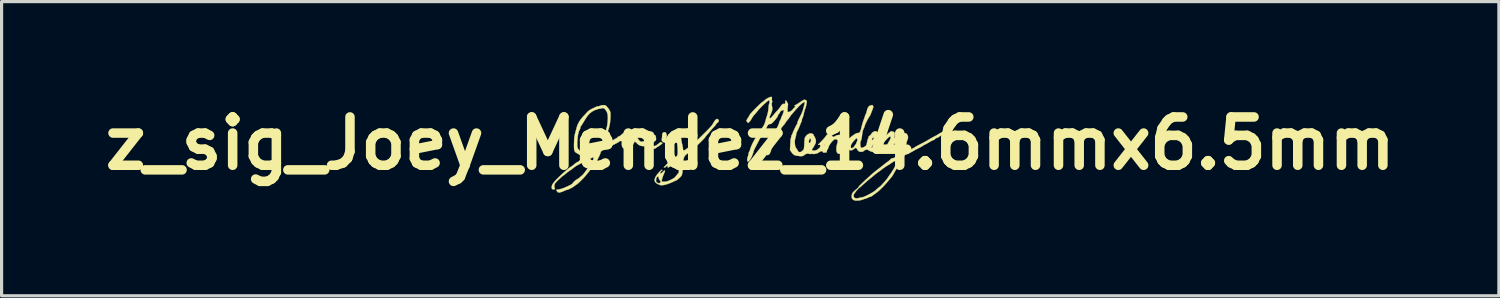
<source format=kicad_pcb>
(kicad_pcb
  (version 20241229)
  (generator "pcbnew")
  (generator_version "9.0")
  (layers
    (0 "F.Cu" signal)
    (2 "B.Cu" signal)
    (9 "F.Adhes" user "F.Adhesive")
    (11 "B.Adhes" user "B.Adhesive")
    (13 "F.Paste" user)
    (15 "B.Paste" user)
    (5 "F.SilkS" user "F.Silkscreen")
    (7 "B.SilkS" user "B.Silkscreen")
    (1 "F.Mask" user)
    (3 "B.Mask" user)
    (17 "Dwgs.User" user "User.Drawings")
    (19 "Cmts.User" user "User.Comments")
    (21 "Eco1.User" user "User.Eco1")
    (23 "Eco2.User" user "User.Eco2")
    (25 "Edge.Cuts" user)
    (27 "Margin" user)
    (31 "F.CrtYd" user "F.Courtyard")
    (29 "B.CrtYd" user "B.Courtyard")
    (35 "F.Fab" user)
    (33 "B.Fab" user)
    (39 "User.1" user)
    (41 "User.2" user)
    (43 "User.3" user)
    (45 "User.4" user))
  (footprint "z_sig_Joey_Mendez_14.6mmx6.5mm"
    (layer "F.Cu")
    (at 20.618 1.474)
    (property "Reference" "z_sig_Joey_Mendez_14.6mmx6.5mm" (at 0 0 180) (layer "F.SilkS") (effects (font (size 1.524 1.524) (thickness 0.3))))
    (attr through_hole)
    (fp_poly (pts (xy -1.006 -0.748) (xy -0.999 -0.731) (xy -0.994 -0.707) (xy -0.999 -0.688) (xy -1.02 -0.666) (xy -1.033 -0.655) (xy -1.06 -0.63) (xy -1.077 -0.61) (xy -1.08 -0.604) (xy -1.087 -0.588) (xy -1.107 -0.564) (xy -1.11 -0.56) (xy -1.158 -0.509) (xy -1.193 -0.471) (xy -1.218 -0.442) (xy -1.238 -0.417) (xy -1.249 -0.404) (xy -1.275 -0.372) (xy -1.31 -0.331) (xy -1.34 -0.298) (xy -1.374 -0.261) (xy -1.401 -0.226) (xy -1.417 -0.203) (xy -1.432 -0.182) (xy -1.463 -0.148) (xy -1.504 -0.105) (xy -1.552 -0.057) (xy -1.602 -0.008) (xy -1.65 0.037) (xy -1.693 0.076) (xy -1.725 0.102) (xy -1.727 0.104) (xy -1.758 0.129) (xy -1.799 0.164) (xy -1.842 0.203) (xy -1.848 0.209) (xy -1.89 0.248) (xy -1.932 0.283) (xy -1.965 0.309) (xy -1.968 0.312) (xy -2.012 0.342) (xy -2.041 0.366) (xy -2.061 0.391) (xy -2.079 0.422) (xy -2.084 0.431) (xy -2.095 0.456) (xy -2.104 0.485) (xy -2.111 0.522) (xy -2.116 0.572) (xy -2.12 0.641) (xy -2.122 0.678) (xy -2.128 0.786) (xy -2.136 0.871) (xy -2.144 0.936) (xy -2.154 0.982) (xy -2.166 1.014) (xy -2.172 1.024) (xy -2.201 1.056) (xy -2.237 1.091) (xy -2.275 1.125) (xy -2.308 1.15) (xy -2.33 1.163) (xy -2.353 1.172) (xy -2.391 1.189) (xy -2.439 1.211) (xy -2.459 1.221) (xy -2.548 1.259) (xy -2.634 1.289) (xy -2.713 1.31) (xy -2.781 1.319) (xy -2.833 1.316) (xy -2.845 1.313) (xy -2.903 1.288) (xy -2.955 1.259) (xy -2.992 1.229) (xy -2.998 1.222) (xy -3.016 1.179) (xy -3.015 1.155) (xy -2.972 1.155) (xy -2.97 1.195) (xy -2.962 1.218) (xy -2.945 1.233) (xy -2.937 1.237) (xy -2.893 1.255) (xy -2.859 1.251) (xy -2.839 1.237) (xy -2.823 1.217) (xy -2.824 1.199) (xy -2.843 1.176) (xy -2.85 1.169) (xy -2.877 1.128) (xy -2.885 1.095) (xy -2.894 1.059) (xy -2.91 1.045) (xy -2.929 1.048) (xy -2.948 1.067) (xy -2.963 1.099) (xy -2.971 1.141) (xy -2.972 1.155) (xy -3.015 1.155) (xy -3.014 1.126) (xy -2.992 1.065) (xy -2.951 0.999) (xy -2.919 0.959) (xy -2.872 0.906) (xy -2.839 0.87) (xy -2.817 0.848) (xy -2.803 0.836) (xy -2.794 0.833) (xy -2.786 0.836) (xy -2.781 0.839) (xy -2.77 0.849) (xy -2.782 0.856) (xy -2.788 0.858) (xy -2.807 0.872) (xy -2.826 0.896) (xy -2.84 0.924) (xy -2.843 0.944) (xy -2.841 0.948) (xy -2.824 0.948) (xy -2.797 0.933) (xy -2.765 0.907) (xy -2.744 0.886) (xy -2.715 0.859) (xy -2.696 0.854) (xy -2.69 0.868) (xy -2.698 0.9) (xy -2.71 0.925) (xy -2.73 0.971) (xy -2.752 1.026) (xy -2.771 1.083) (xy -2.786 1.134) (xy -2.793 1.172) (xy -2.794 1.18) (xy -2.792 1.195) (xy -2.782 1.204) (xy -2.76 1.208) (xy -2.72 1.209) (xy -2.681 1.208) (xy -2.641 1.201) (xy -2.588 1.184) (xy -2.529 1.16) (xy -2.471 1.131) (xy -2.419 1.102) (xy -2.381 1.074) (xy -2.366 1.059) (xy -2.344 1.03) (xy -2.314 0.993) (xy -2.299 0.975) (xy -2.254 0.923) (xy -2.25 0.754) (xy -2.249 0.684) (xy -2.249 0.636) (xy -2.251 0.605) (xy -2.256 0.587) (xy -2.263 0.578) (xy -2.267 0.576) (xy -2.292 0.579) (xy -2.311 0.594) (xy -2.34 0.614) (xy -2.378 0.627) (xy -2.378 0.627) (xy -2.416 0.642) (xy -2.453 0.669) (xy -2.458 0.674) (xy -2.487 0.699) (xy -2.523 0.725) (xy -2.56 0.747) (xy -2.588 0.76) (xy -2.597 0.762) (xy -2.602 0.751) (xy -2.603 0.731) (xy -2.607 0.708) (xy -2.622 0.706) (xy -2.626 0.708) (xy -2.651 0.725) (xy -2.665 0.739) (xy -2.69 0.758) (xy -2.709 0.762) (xy -2.724 0.76) (xy -2.725 0.753) (xy -2.709 0.735) (xy -2.695 0.721) (xy -2.661 0.686) (xy -2.622 0.645) (xy -2.604 0.625) (xy -2.576 0.596) (xy -2.555 0.577) (xy -2.546 0.572) (xy -2.534 0.564) (xy -2.507 0.543) (xy -2.47 0.514) (xy -2.455 0.501) (xy -2.413 0.467) (xy -2.374 0.438) (xy -2.346 0.421) (xy -2.341 0.418) (xy -2.314 0.398) (xy -2.298 0.374) (xy -2.292 0.341) (xy -2.288 0.289) (xy -2.288 0.222) (xy -2.291 0.147) (xy -2.296 0.069) (xy -2.297 0.064) (xy -2.302 0.019) (xy -2.309 -0.007) (xy -2.319 -0.019) (xy -2.335 -0.023) (xy -2.368 -0.017) (xy -2.393 -0.001) (xy -2.423 0.017) (xy -2.469 0.032) (xy -2.521 0.042) (xy -2.568 0.046) (xy -2.597 0.043) (xy -2.623 0.029) (xy -2.655 0.006) (xy -2.664 -0.002) (xy -2.696 -0.024) (xy -2.723 -0.037) (xy -2.73 -0.038) (xy -2.755 -0.048) (xy -2.778 -0.071) (xy -2.793 -0.1) (xy -2.795 -0.124) (xy -2.793 -0.128) (xy -2.787 -0.15) (xy -2.783 -0.188) (xy -2.781 -0.223) (xy -2.777 -0.281) (xy -2.765 -0.321) (xy -2.762 -0.327) (xy -2.733 -0.35) (xy -2.696 -0.355) (xy -2.672 -0.346) (xy -2.655 -0.322) (xy -2.641 -0.283) (xy -2.635 -0.238) (xy -2.636 -0.205) (xy -2.638 -0.163) (xy -2.631 -0.125) (xy -2.63 -0.124) (xy -2.618 -0.101) (xy -2.598 -0.091) (xy -2.565 -0.089) (xy -2.513 -0.097) (xy -2.46 -0.119) (xy -2.412 -0.15) (xy -2.374 -0.186) (xy -2.352 -0.224) (xy -2.349 -0.242) (xy -2.34 -0.29) (xy -2.312 -0.32) (xy -2.271 -0.333) (xy -2.237 -0.334) (xy -2.214 -0.332) (xy -2.211 -0.331) (xy -2.196 -0.309) (xy -2.185 -0.272) (xy -2.179 -0.23) (xy -2.18 -0.198) (xy -2.182 -0.172) (xy -2.18 -0.138) (xy -2.173 -0.091) (xy -2.161 -0.028) (xy -2.143 0.055) (xy -2.133 0.099) (xy -2.125 0.141) (xy -2.121 0.178) (xy -2.121 0.185) (xy -2.114 0.215) (xy -2.094 0.223) (xy -2.061 0.21) (xy -2.027 0.186) (xy -1.994 0.161) (xy -1.969 0.144) (xy -1.959 0.14) (xy -1.945 0.13) (xy -1.924 0.107) (xy -1.919 0.101) (xy -1.891 0.071) (xy -1.859 0.049) (xy -1.856 0.048) (xy -1.825 0.028) (xy -1.776 -0.01) (xy -1.712 -0.065) (xy -1.633 -0.138) (xy -1.54 -0.228) (xy -1.433 -0.334) (xy -1.413 -0.353) (xy -1.34 -0.427) (xy -1.283 -0.487) (xy -1.24 -0.535) (xy -1.207 -0.575) (xy -1.182 -0.611) (xy -1.163 -0.644) (xy -1.162 -0.645) (xy -1.126 -0.707) (xy -1.09 -0.748) (xy -1.057 -0.77) (xy -1.029 -0.77) (xy -1.006 -0.748)) (stroke (width 0.01) (type solid)) (fill yes) (layer "F.SilkS"))
    (fp_poly (pts (xy -4.592 -1.205) (xy -4.563 -1.196) (xy -4.538 -1.176) (xy -4.511 -1.145) (xy -4.507 -1.14) (xy -4.486 -1.112) (xy -4.472 -1.094) (xy -4.47 -1.092) (xy -4.459 -1.078) (xy -4.443 -1.049) (xy -4.433 -1.031) (xy -4.421 -1.005) (xy -4.414 -0.979) (xy -4.41 -0.947) (xy -4.409 -0.904) (xy -4.41 -0.843) (xy -4.411 -0.828) (xy -4.415 -0.761) (xy -4.42 -0.698) (xy -4.425 -0.645) (xy -4.43 -0.616) (xy -4.445 -0.547) (xy -4.456 -0.498) (xy -4.465 -0.463) (xy -4.474 -0.437) (xy -4.483 -0.415) (xy -4.487 -0.407) (xy -4.502 -0.372) (xy -4.508 -0.344) (xy -4.509 -0.341) (xy -4.513 -0.317) (xy -4.525 -0.279) (xy -4.534 -0.254) (xy -4.549 -0.209) (xy -4.558 -0.168) (xy -4.559 -0.151) (xy -4.567 -0.112) (xy -4.585 -0.08) (xy -4.603 -0.043) (xy -4.61 -0.005) (xy -4.607 0.025) (xy -4.596 0.037) (xy -4.581 0.038) (xy -4.555 0.032) (xy -4.517 0.014) (xy -4.483 -0.006) (xy -4.437 -0.034) (xy -4.394 -0.061) (xy -4.369 -0.076) (xy -4.328 -0.1) (xy -4.289 -0.125) (xy -4.286 -0.127) (xy -4.251 -0.148) (xy -4.22 -0.164) (xy -4.219 -0.165) (xy -4.194 -0.182) (xy -4.183 -0.197) (xy -4.166 -0.213) (xy -4.151 -0.216) (xy -4.129 -0.224) (xy -4.097 -0.245) (xy -4.073 -0.264) (xy -4.029 -0.302) (xy -3.981 -0.341) (xy -3.962 -0.356) (xy -3.927 -0.384) (xy -3.899 -0.41) (xy -3.889 -0.422) (xy -3.86 -0.442) (xy -3.823 -0.442) (xy -3.784 -0.422) (xy -3.765 -0.406) (xy -3.73 -0.378) (xy -3.702 -0.373) (xy -3.671 -0.371) (xy -3.656 -0.364) (xy -3.631 -0.338) (xy -3.606 -0.3) (xy -3.588 -0.262) (xy -3.581 -0.234) (xy -3.574 -0.207) (xy -3.554 -0.168) (xy -3.528 -0.126) (xy -3.499 -0.089) (xy -3.482 -0.072) (xy -3.456 -0.056) (xy -3.422 -0.054) (xy -3.407 -0.056) (xy -3.36 -0.065) (xy -3.332 -0.075) (xy -3.319 -0.091) (xy -3.317 -0.106) (xy -3.153 -0.106) (xy -3.144 -0.102) (xy -3.136 -0.102) (xy -3.111 -0.112) (xy -3.099 -0.126) (xy -3.088 -0.158) (xy -3.088 -0.187) (xy -3.098 -0.202) (xy -3.103 -0.203) (xy -3.118 -0.192) (xy -3.135 -0.165) (xy -3.14 -0.152) (xy -3.152 -0.121) (xy -3.153 -0.106) (xy -3.317 -0.106) (xy -3.315 -0.12) (xy -3.314 -0.156) (xy -3.306 -0.236) (xy -3.284 -0.299) (xy -3.249 -0.345) (xy -3.225 -0.36) (xy -3.183 -0.377) (xy -3.147 -0.379) (xy -3.104 -0.366) (xy -3.096 -0.362) (xy -3.061 -0.341) (xy -3.045 -0.311) (xy -3.044 -0.305) (xy -3.034 -0.278) (xy -3.022 -0.267) (xy -3.021 -0.267) (xy -2.998 -0.255) (xy -2.981 -0.222) (xy -2.973 -0.173) (xy -2.972 -0.156) (xy -2.974 -0.116) (xy -2.98 -0.094) (xy -2.994 -0.084) (xy -2.997 -0.083) (xy -3.018 -0.072) (xy -3.023 -0.064) (xy -3.033 -0.053) (xy -3.059 -0.039) (xy -3.064 -0.037) (xy -3.106 -0.014) (xy -3.124 0.012) (xy -3.116 0.042) (xy -3.099 0.064) (xy -3.064 0.084) (xy -3.02 0.084) (xy -2.967 0.062) (xy -2.903 0.018) (xy -2.865 -0.014) (xy -2.839 -0.034) (xy -2.822 -0.043) (xy -2.819 -0.041) (xy -2.809 -0.028) (xy -2.791 -0.021) (xy -2.763 -0.014) (xy -2.794 0.015) (xy -2.825 0.042) (xy -2.86 0.068) (xy -2.893 0.089) (xy -2.915 0.101) (xy -2.919 0.102) (xy -2.934 0.11) (xy -2.956 0.131) (xy -2.959 0.133) (xy -2.98 0.151) (xy -3.003 0.161) (xy -3.039 0.165) (xy -3.069 0.165) (xy -3.115 0.164) (xy -3.145 0.158) (xy -3.168 0.145) (xy -3.194 0.12) (xy -3.194 0.12) (xy -3.218 0.096) (xy -3.239 0.083) (xy -3.263 0.079) (xy -3.302 0.082) (xy -3.317 0.084) (xy -3.399 0.086) (xy -3.466 0.072) (xy -3.525 0.041) (xy -3.573 -0.001) (xy -3.605 -0.032) (xy -3.631 -0.051) (xy -3.645 -0.057) (xy -3.646 -0.057) (xy -3.657 -0.042) (xy -3.673 -0.011) (xy -3.685 0.014) (xy -3.717 0.069) (xy -3.764 0.123) (xy -3.776 0.134) (xy -3.811 0.165) (xy -3.836 0.181) (xy -3.861 0.188) (xy -3.894 0.187) (xy -3.91 0.186) (xy -3.955 0.18) (xy -3.984 0.168) (xy -4.008 0.147) (xy -4.016 0.138) (xy -4.036 0.112) (xy -4.046 0.085) (xy -4.051 0.049) (xy -4.051 0.01) (xy -4.051 -0.004) (xy -3.909 -0.004) (xy -3.906 0.022) (xy -3.905 0.026) (xy -3.887 0.036) (xy -3.858 0.037) (xy -3.832 0.03) (xy -3.829 0.028) (xy -3.815 0.013) (xy -3.794 -0.016) (xy -3.783 -0.032) (xy -3.762 -0.074) (xy -3.748 -0.124) (xy -3.74 -0.177) (xy -3.738 -0.227) (xy -3.743 -0.269) (xy -3.756 -0.296) (xy -3.772 -0.305) (xy -3.797 -0.295) (xy -3.829 -0.272) (xy -3.86 -0.241) (xy -3.883 -0.208) (xy -3.884 -0.208) (xy -3.891 -0.183) (xy -3.898 -0.143) (xy -3.904 -0.095) (xy -3.908 -0.046) (xy -3.909 -0.004) (xy -4.051 -0.004) (xy -4.051 -0.076) (xy -4.089 -0.076) (xy -4.116 -0.073) (xy -4.127 -0.064) (xy -4.128 -0.064) (xy -4.138 -0.054) (xy -4.168 -0.035) (xy -4.211 -0.011) (xy -4.265 0.017) (xy -4.274 0.022) (xy -4.335 0.053) (xy -4.393 0.082) (xy -4.442 0.107) (xy -4.474 0.123) (xy -4.519 0.143) (xy -4.566 0.158) (xy -4.578 0.16) (xy -4.615 0.175) (xy -4.655 0.201) (xy -4.691 0.234) (xy -4.716 0.268) (xy -4.724 0.294) (xy -4.73 0.318) (xy -4.746 0.358) (xy -4.769 0.41) (xy -4.797 0.466) (xy -4.826 0.522) (xy -4.854 0.573) (xy -4.878 0.611) (xy -4.892 0.629) (xy -4.922 0.665) (xy -4.954 0.707) (xy -4.962 0.72) (xy -4.986 0.753) (xy -5.02 0.799) (xy -5.059 0.849) (xy -5.077 0.872) (xy -5.117 0.921) (xy -5.155 0.969) (xy -5.187 1.009) (xy -5.198 1.022) (xy -5.224 1.052) (xy -5.26 1.091) (xy -5.302 1.135) (xy -5.347 1.18) (xy -5.391 1.222) (xy -5.43 1.258) (xy -5.459 1.283) (xy -5.476 1.295) (xy -5.477 1.295) (xy -5.493 1.303) (xy -5.52 1.323) (xy -5.533 1.334) (xy -5.565 1.357) (xy -5.608 1.385) (xy -5.657 1.412) (xy -5.705 1.436) (xy -5.745 1.454) (xy -5.771 1.46) (xy -5.772 1.46) (xy -5.792 1.466) (xy -5.828 1.479) (xy -5.873 1.499) (xy -5.887 1.505) (xy -5.957 1.533) (xy -6.011 1.547) (xy -6.053 1.545) (xy -6.068 1.541) (xy -6.085 1.526) (xy -6.102 1.5) (xy -6.12 1.465) (xy -6.025 1.449) (xy -5.957 1.433) (xy -5.878 1.405) (xy -5.784 1.364) (xy -5.772 1.359) (xy -5.714 1.331) (xy -5.666 1.306) (xy -5.631 1.287) (xy -5.614 1.275) (xy -5.613 1.274) (xy -5.604 1.255) (xy -5.58 1.227) (xy -5.547 1.194) (xy -5.511 1.164) (xy -5.478 1.141) (xy -5.469 1.136) (xy -5.429 1.113) (xy -5.387 1.081) (xy -5.368 1.064) (xy -5.339 1.038) (xy -5.318 1.02) (xy -5.311 1.016) (xy -5.299 1.007) (xy -5.276 0.983) (xy -5.248 0.949) (xy -5.218 0.912) (xy -5.192 0.876) (xy -5.185 0.866) (xy -5.155 0.826) (xy -5.121 0.784) (xy -5.112 0.775) (xy -5.084 0.74) (xy -5.053 0.693) (xy -5.025 0.644) (xy -5.002 0.6) (xy -4.982 0.565) (xy -4.97 0.544) (xy -4.969 0.542) (xy -4.955 0.516) (xy -4.947 0.483) (xy -4.944 0.454) (xy -4.947 0.444) (xy -4.963 0.441) (xy -4.997 0.454) (xy -5.048 0.484) (xy -5.075 0.502) (xy -5.108 0.521) (xy -5.136 0.533) (xy -5.142 0.534) (xy -5.165 0.539) (xy -5.199 0.554) (xy -5.215 0.562) (xy -5.248 0.58) (xy -5.297 0.606) (xy -5.353 0.635) (xy -5.394 0.657) (xy -5.448 0.685) (xy -5.494 0.712) (xy -5.528 0.733) (xy -5.543 0.744) (xy -5.563 0.763) (xy -5.593 0.786) (xy -5.635 0.817) (xy -5.693 0.858) (xy -5.728 0.881) (xy -5.772 0.913) (xy -5.812 0.945) (xy -5.839 0.969) (xy -5.841 0.971) (xy -5.864 0.992) (xy -5.88 1.003) (xy -5.881 1.003) (xy -5.898 1.012) (xy -5.933 1.04) (xy -5.982 1.084) (xy -6.047 1.145) (xy -6.072 1.168) (xy -6.116 1.212) (xy -6.146 1.245) (xy -6.163 1.271) (xy -6.173 1.296) (xy -6.179 1.325) (xy -6.182 1.373) (xy -6.175 1.399) (xy -6.174 1.4) (xy -6.16 1.425) (xy -6.171 1.443) (xy -6.194 1.452) (xy -6.232 1.45) (xy -6.257 1.427) (xy -6.265 1.385) (xy -6.265 1.385) (xy -6.26 1.345) (xy -6.244 1.302) (xy -6.215 1.255) (xy -6.171 1.199) (xy -6.11 1.134) (xy -6.031 1.056) (xy -6.028 1.053) (xy -5.932 0.963) (xy -5.845 0.885) (xy -5.768 0.82) (xy -5.704 0.769) (xy -5.654 0.735) (xy -5.639 0.727) (xy -5.612 0.709) (xy -5.577 0.681) (xy -5.545 0.654) (xy -5.511 0.624) (xy -5.483 0.604) (xy -5.468 0.597) (xy -5.445 0.588) (xy -5.413 0.567) (xy -5.38 0.539) (xy -5.355 0.51) (xy -5.35 0.501) (xy -5.332 0.479) (xy -5.303 0.47) (xy -5.286 0.47) (xy -5.247 0.463) (xy -5.208 0.442) (xy -5.188 0.426) (xy -5.137 0.382) (xy -5.247 0.381) (xy -5.311 0.379) (xy -5.354 0.373) (xy -5.375 0.365) (xy -5.396 0.35) (xy -5.43 0.33) (xy -5.454 0.317) (xy -5.492 0.295) (xy -5.52 0.272) (xy -5.54 0.244) (xy -5.552 0.207) (xy -5.559 0.157) (xy -5.56 0.09) (xy -5.56 0.038) (xy -5.459 0.038) (xy -5.456 0.096) (xy -5.447 0.14) (xy -5.43 0.175) (xy -5.403 0.208) (xy -5.379 0.231) (xy -5.345 0.26) (xy -5.313 0.277) (xy -5.277 0.285) (xy -5.233 0.284) (xy -5.173 0.274) (xy -5.124 0.264) (xy -5.082 0.25) (xy -5.045 0.233) (xy -5.034 0.225) (xy -5.009 0.21) (xy -4.967 0.192) (xy -4.918 0.173) (xy -4.909 0.171) (xy -4.825 0.141) (xy -4.763 0.114) (xy -4.721 0.086) (xy -4.697 0.058) (xy -4.695 0.054) (xy -4.68 0.017) (xy -4.66 -0.042) (xy -4.636 -0.12) (xy -4.609 -0.215) (xy -4.604 -0.235) (xy -4.589 -0.284) (xy -4.574 -0.329) (xy -4.565 -0.353) (xy -4.552 -0.388) (xy -4.547 -0.418) (xy -4.547 -0.419) (xy -4.543 -0.446) (xy -4.533 -0.484) (xy -4.528 -0.499) (xy -4.519 -0.535) (xy -4.509 -0.588) (xy -4.501 -0.651) (xy -4.497 -0.693) (xy -4.491 -0.799) (xy -4.495 -0.884) (xy -4.509 -0.955) (xy -4.534 -1.014) (xy -4.566 -1.06) (xy -4.595 -1.093) (xy -4.616 -1.11) (xy -4.636 -1.115) (xy -4.66 -1.113) (xy -4.789 -1.088) (xy -4.898 -1.053) (xy -4.99 -1.005) (xy -5.07 -0.942) (xy -5.141 -0.861) (xy -5.195 -0.781) (xy -5.228 -0.726) (xy -5.263 -0.668) (xy -5.293 -0.619) (xy -5.293 -0.619) (xy -5.317 -0.581) (xy -5.337 -0.552) (xy -5.348 -0.539) (xy -5.357 -0.522) (xy -5.359 -0.5) (xy -5.366 -0.466) (xy -5.379 -0.439) (xy -5.407 -0.381) (xy -5.429 -0.301) (xy -5.445 -0.199) (xy -5.455 -0.074) (xy -5.457 -0.039) (xy -5.459 0.038) (xy -5.56 0.038) (xy -5.559 0.002) (xy -5.559 -0.006) (xy -5.556 -0.093) (xy -5.552 -0.162) (xy -5.545 -0.219) (xy -5.536 -0.271) (xy -5.522 -0.325) (xy -5.521 -0.33) (xy -5.504 -0.393) (xy -5.487 -0.456) (xy -5.473 -0.509) (xy -5.469 -0.525) (xy -5.442 -0.597) (xy -5.401 -0.677) (xy -5.348 -0.756) (xy -5.291 -0.827) (xy -5.277 -0.843) (xy -5.234 -0.887) (xy -5.19 -0.935) (xy -5.161 -0.968) (xy -5.113 -1.017) (xy -5.059 -1.056) (xy -4.991 -1.093) (xy -4.978 -1.099) (xy -4.936 -1.119) (xy -4.891 -1.141) (xy -4.885 -1.144) (xy -4.847 -1.16) (xy -4.812 -1.168) (xy -4.805 -1.168) (xy -4.771 -1.174) (xy -4.737 -1.187) (xy -4.694 -1.202) (xy -4.641 -1.208) (xy -4.592 -1.205)) (stroke (width 0.01) (type solid)) (fill yes) (layer "F.SilkS"))
    (fp_poly (pts (xy 0.669 -1.468) (xy 0.682 -1.455) (xy 0.684 -1.428) (xy 0.682 -1.415) (xy 0.681 -1.375) (xy 0.688 -1.341) (xy 0.688 -1.339) (xy 0.696 -1.31) (xy 0.686 -1.289) (xy 0.678 -1.274) (xy 0.676 -1.25) (xy 0.68 -1.211) (xy 0.686 -1.171) (xy 0.694 -1.119) (xy 0.696 -1.082) (xy 0.692 -1.05) (xy 0.681 -1.012) (xy 0.673 -0.99) (xy 0.656 -0.944) (xy 0.639 -0.905) (xy 0.627 -0.883) (xy 0.616 -0.858) (xy 0.61 -0.828) (xy 0.61 -0.801) (xy 0.617 -0.788) (xy 0.619 -0.788) (xy 0.641 -0.799) (xy 0.676 -0.832) (xy 0.723 -0.885) (xy 0.743 -0.908) (xy 0.785 -0.958) (xy 0.833 -1.013) (xy 0.871 -1.054) (xy 0.907 -1.096) (xy 0.938 -1.136) (xy 0.958 -1.168) (xy 0.959 -1.168) (xy 0.994 -1.219) (xy 1.032 -1.246) (xy 1.07 -1.248) (xy 1.091 -1.246) (xy 1.101 -1.252) (xy 1.105 -1.275) (xy 1.105 -1.301) (xy 1.106 -1.336) (xy 1.11 -1.351) (xy 1.121 -1.351) (xy 1.13 -1.346) (xy 1.151 -1.328) (xy 1.156 -1.313) (xy 1.164 -1.289) (xy 1.176 -1.273) (xy 1.187 -1.256) (xy 1.191 -1.231) (xy 1.187 -1.19) (xy 1.186 -1.182) (xy 1.177 -1.108) (xy 1.175 -1.049) (xy 1.178 -1.008) (xy 1.188 -0.988) (xy 1.194 -0.987) (xy 1.253 -1.003) (xy 1.307 -1.035) (xy 1.34 -1.07) (xy 1.369 -1.106) (xy 1.401 -1.137) (xy 1.406 -1.141) (xy 1.427 -1.159) (xy 1.428 -1.167) (xy 1.419 -1.168) (xy 1.4 -1.175) (xy 1.399 -1.191) (xy 1.414 -1.206) (xy 1.427 -1.211) (xy 1.454 -1.224) (xy 1.49 -1.246) (xy 1.505 -1.257) (xy 1.536 -1.28) (xy 1.562 -1.293) (xy 1.57 -1.295) (xy 1.586 -1.303) (xy 1.587 -1.309) (xy 1.598 -1.322) (xy 1.625 -1.337) (xy 1.635 -1.342) (xy 1.667 -1.358) (xy 1.688 -1.372) (xy 1.691 -1.375) (xy 1.706 -1.379) (xy 1.733 -1.372) (xy 1.761 -1.36) (xy 1.78 -1.344) (xy 1.782 -1.34) (xy 1.783 -1.318) (xy 1.779 -1.278) (xy 1.77 -1.228) (xy 1.758 -1.176) (xy 1.745 -1.128) (xy 1.732 -1.091) (xy 1.73 -1.086) (xy 1.715 -1.047) (xy 1.701 -0.995) (xy 1.689 -0.94) (xy 1.689 -0.94) (xy 1.677 -0.887) (xy 1.663 -0.84) (xy 1.649 -0.808) (xy 1.649 -0.806) (xy 1.632 -0.768) (xy 1.626 -0.73) (xy 1.62 -0.693) (xy 1.607 -0.666) (xy 1.592 -0.641) (xy 1.588 -0.627) (xy 1.583 -0.61) (xy 1.569 -0.576) (xy 1.55 -0.53) (xy 1.527 -0.479) (xy 1.504 -0.429) (xy 1.482 -0.384) (xy 1.466 -0.354) (xy 1.452 -0.315) (xy 1.448 -0.283) (xy 1.444 -0.25) (xy 1.433 -0.205) (xy 1.424 -0.175) (xy 1.407 -0.105) (xy 1.404 -0.031) (xy 1.405 -0.024) (xy 1.41 0.037) (xy 1.417 0.08) (xy 1.428 0.114) (xy 1.446 0.147) (xy 1.467 0.178) (xy 1.491 0.214) (xy 1.507 0.242) (xy 1.511 0.254) (xy 1.522 0.267) (xy 1.548 0.274) (xy 1.579 0.274) (xy 1.599 0.268) (xy 1.626 0.249) (xy 1.657 0.224) (xy 1.659 0.222) (xy 1.675 0.205) (xy 1.686 0.187) (xy 1.693 0.162) (xy 1.698 0.123) (xy 1.703 0.066) (xy 1.703 0.053) (xy 1.708 -0.009) (xy 1.709 -0.036) (xy 1.847 -0.036) (xy 1.858 -0.015) (xy 1.876 -0.013) (xy 1.896 -0.033) (xy 1.903 -0.045) (xy 1.916 -0.09) (xy 1.914 -0.129) (xy 1.901 -0.151) (xy 1.883 -0.153) (xy 1.867 -0.131) (xy 1.852 -0.086) (xy 1.848 -0.072) (xy 1.847 -0.036) (xy 1.709 -0.036) (xy 1.711 -0.067) (xy 1.713 -0.114) (xy 1.714 -0.133) (xy 1.726 -0.184) (xy 1.757 -0.233) (xy 1.801 -0.276) (xy 1.852 -0.306) (xy 1.902 -0.317) (xy 1.904 -0.317) (xy 1.943 -0.311) (xy 1.975 -0.297) (xy 1.993 -0.279) (xy 1.994 -0.273) (xy 2 -0.258) (xy 2.016 -0.228) (xy 2.032 -0.201) (xy 2.06 -0.138) (xy 2.071 -0.074) (xy 2.064 -0.014) (xy 2.047 0.023) (xy 2.025 0.061) (xy 2.007 0.095) (xy 1.986 0.132) (xy 1.964 0.161) (xy 1.946 0.192) (xy 1.952 0.214) (xy 1.98 0.227) (xy 2.007 0.229) (xy 2.048 0.225) (xy 2.084 0.214) (xy 2.124 0.19) (xy 2.162 0.161) (xy 2.193 0.132) (xy 2.207 0.105) (xy 2.21 0.079) (xy 2.209 0.057) (xy 2.349 0.057) (xy 2.356 0.064) (xy 2.362 0.057) (xy 2.356 0.051) (xy 2.349 0.057) (xy 2.209 0.057) (xy 2.208 0.051) (xy 2.198 0.041) (xy 2.173 0.043) (xy 2.169 0.044) (xy 2.15 0.047) (xy 2.143 0.045) (xy 2.148 0.034) (xy 2.156 0.025) (xy 2.349 0.025) (xy 2.354 0.036) (xy 2.358 0.034) (xy 2.359 0.019) (xy 2.358 0.017) (xy 2.35 0.019) (xy 2.349 0.025) (xy 2.156 0.025) (xy 2.167 0.013) (xy 2.203 -0.023) (xy 2.213 -0.034) (xy 2.267 -0.09) (xy 2.316 -0.143) (xy 2.356 -0.19) (xy 2.385 -0.227) (xy 2.399 -0.25) (xy 2.4 -0.255) (xy 2.41 -0.266) (xy 2.417 -0.267) (xy 2.436 -0.276) (xy 2.455 -0.293) (xy 2.487 -0.315) (xy 2.52 -0.314) (xy 2.551 -0.29) (xy 2.571 -0.257) (xy 2.593 -0.22) (xy 2.617 -0.205) (xy 2.648 -0.211) (xy 2.69 -0.235) (xy 2.733 -0.257) (xy 2.781 -0.266) (xy 2.803 -0.267) (xy 2.861 -0.261) (xy 2.897 -0.242) (xy 2.914 -0.209) (xy 2.914 -0.162) (xy 2.903 -0.097) (xy 2.89 -0.039) (xy 2.875 0.004) (xy 2.863 0.025) (xy 2.851 0.05) (xy 2.841 0.085) (xy 2.837 0.121) (xy 2.838 0.149) (xy 2.843 0.158) (xy 2.858 0.157) (xy 2.88 0.14) (xy 2.911 0.105) (xy 2.913 0.101) (xy 3.171 0.101) (xy 3.176 0.133) (xy 3.189 0.151) (xy 3.196 0.152) (xy 3.219 0.146) (xy 3.245 0.132) (xy 3.268 0.114) (xy 3.277 0.1) (xy 3.285 0.083) (xy 3.304 0.058) (xy 3.308 0.054) (xy 3.329 0.028) (xy 3.34 0.008) (xy 3.34 0.006) (xy 3.345 -0.013) (xy 3.359 -0.044) (xy 3.365 -0.056) (xy 3.379 -0.098) (xy 3.379 -0.135) (xy 3.363 -0.158) (xy 3.356 -0.162) (xy 3.341 -0.155) (xy 3.316 -0.133) (xy 3.285 -0.1) (xy 3.251 -0.061) (xy 3.22 -0.021) (xy 3.196 0.015) (xy 3.189 0.025) (xy 3.176 0.063) (xy 3.171 0.101) (xy 2.913 0.101) (xy 2.931 0.078) (xy 2.955 0.048) (xy 2.976 0.026) (xy 2.981 0.022) (xy 2.996 0.005) (xy 2.997 -0.001) (xy 3.006 -0.021) (xy 3.028 -0.052) (xy 3.06 -0.09) (xy 3.096 -0.13) (xy 3.133 -0.167) (xy 3.161 -0.191) (xy 3.236 -0.249) (xy 3.296 -0.289) (xy 3.342 -0.315) (xy 3.376 -0.327) (xy 3.393 -0.328) (xy 3.422 -0.329) (xy 3.446 -0.343) (xy 3.466 -0.371) (xy 3.485 -0.416) (xy 3.504 -0.483) (xy 3.512 -0.519) (xy 3.53 -0.588) (xy 3.55 -0.658) (xy 3.57 -0.72) (xy 3.583 -0.754) (xy 3.601 -0.799) (xy 3.614 -0.838) (xy 3.619 -0.861) (xy 3.62 -0.862) (xy 3.626 -0.886) (xy 3.642 -0.918) (xy 3.645 -0.925) (xy 3.663 -0.965) (xy 3.676 -1.013) (xy 3.679 -1.026) (xy 3.692 -1.081) (xy 3.714 -1.13) (xy 3.742 -1.169) (xy 3.772 -1.191) (xy 3.785 -1.193) (xy 3.815 -1.199) (xy 3.832 -1.208) (xy 3.846 -1.212) (xy 3.864 -1.194) (xy 3.868 -1.189) (xy 3.875 -1.178) (xy 3.88 -1.168) (xy 3.882 -1.157) (xy 3.88 -1.14) (xy 3.872 -1.115) (xy 3.859 -1.078) (xy 3.839 -1.026) (xy 3.811 -0.955) (xy 3.792 -0.908) (xy 3.776 -0.876) (xy 3.751 -0.835) (xy 3.736 -0.812) (xy 3.715 -0.78) (xy 3.691 -0.734) (xy 3.665 -0.683) (xy 3.64 -0.631) (xy 3.621 -0.585) (xy 3.609 -0.551) (xy 3.606 -0.54) (xy 3.601 -0.522) (xy 3.587 -0.49) (xy 3.574 -0.464) (xy 3.55 -0.401) (xy 3.534 -0.32) (xy 3.53 -0.286) (xy 3.521 -0.21) (xy 3.511 -0.153) (xy 3.498 -0.107) (xy 3.481 -0.063) (xy 3.48 -0.061) (xy 3.47 -0.022) (xy 3.471 0.037) (xy 3.473 0.056) (xy 3.48 0.106) (xy 3.493 0.133) (xy 3.515 0.141) (xy 3.552 0.131) (xy 3.579 0.119) (xy 3.623 0.096) (xy 3.65 0.072) (xy 3.668 0.04) (xy 3.68 -0.008) (xy 3.684 -0.03) (xy 3.694 -0.079) (xy 3.706 -0.122) (xy 3.707 -0.125) (xy 3.835 -0.125) (xy 3.84 -0.105) (xy 3.854 -0.106) (xy 3.876 -0.123) (xy 3.891 -0.144) (xy 3.899 -0.169) (xy 3.897 -0.187) (xy 3.89 -0.191) (xy 3.87 -0.181) (xy 3.849 -0.158) (xy 3.836 -0.132) (xy 3.835 -0.125) (xy 3.707 -0.125) (xy 3.716 -0.149) (xy 3.717 -0.149) (xy 3.73 -0.181) (xy 3.734 -0.203) (xy 3.745 -0.229) (xy 3.766 -0.241) (xy 3.794 -0.261) (xy 3.809 -0.282) (xy 3.835 -0.323) (xy 3.875 -0.358) (xy 3.919 -0.38) (xy 3.933 -0.384) (xy 3.962 -0.384) (xy 3.986 -0.373) (xy 4.016 -0.346) (xy 4.021 -0.341) (xy 4.052 -0.304) (xy 4.068 -0.268) (xy 4.074 -0.232) (xy 4.08 -0.169) (xy 3.967 -0.052) (xy 3.905 0.014) (xy 3.862 0.065) (xy 3.836 0.103) (xy 3.827 0.129) (xy 3.834 0.144) (xy 3.856 0.152) (xy 3.874 0.152) (xy 3.9 0.147) (xy 3.93 0.129) (xy 3.969 0.095) (xy 3.98 0.083) (xy 4.015 0.046) (xy 4.042 0.014) (xy 4.056 -0.008) (xy 4.057 -0.01) (xy 4.069 -0.028) (xy 4.096 -0.06) (xy 4.134 -0.101) (xy 4.179 -0.148) (xy 4.228 -0.197) (xy 4.276 -0.244) (xy 4.32 -0.285) (xy 4.357 -0.317) (xy 4.382 -0.336) (xy 4.385 -0.338) (xy 4.409 -0.354) (xy 4.42 -0.368) (xy 4.42 -0.369) (xy 4.43 -0.379) (xy 4.456 -0.381) (xy 4.489 -0.376) (xy 4.52 -0.365) (xy 4.533 -0.357) (xy 4.549 -0.342) (xy 4.557 -0.326) (xy 4.559 -0.299) (xy 4.556 -0.256) (xy 4.555 -0.249) (xy 4.552 -0.204) (xy 4.552 -0.179) (xy 4.558 -0.168) (xy 4.571 -0.165) (xy 4.579 -0.165) (xy 4.609 -0.175) (xy 4.648 -0.201) (xy 4.666 -0.216) (xy 4.7 -0.244) (xy 4.73 -0.262) (xy 4.746 -0.267) (xy 4.774 -0.276) (xy 4.793 -0.291) (xy 4.827 -0.313) (xy 4.869 -0.324) (xy 4.908 -0.32) (xy 4.916 -0.317) (xy 4.945 -0.29) (xy 4.967 -0.247) (xy 4.978 -0.2) (xy 4.978 -0.191) (xy 4.973 -0.154) (xy 4.959 -0.111) (xy 4.953 -0.099) (xy 4.937 -0.059) (xy 4.928 -0.022) (xy 4.928 -0.013) (xy 4.923 0.017) (xy 4.914 0.033) (xy 4.905 0.053) (xy 4.894 0.088) (xy 4.89 0.109) (xy 4.88 0.16) (xy 4.867 0.212) (xy 4.863 0.226) (xy 4.856 0.26) (xy 4.854 0.284) (xy 4.856 0.288) (xy 4.869 0.285) (xy 4.9 0.273) (xy 4.943 0.253) (xy 4.994 0.229) (xy 5.048 0.202) (xy 5.1 0.175) (xy 5.145 0.151) (xy 5.179 0.131) (xy 5.194 0.121) (xy 5.212 0.109) (xy 5.247 0.089) (xy 5.297 0.062) (xy 5.357 0.03) (xy 5.402 0.007) (xy 5.47 -0.028) (xy 5.533 -0.062) (xy 5.588 -0.093) (xy 5.628 -0.116) (xy 5.643 -0.126) (xy 5.679 -0.148) (xy 5.729 -0.176) (xy 5.784 -0.206) (xy 5.804 -0.216) (xy 5.851 -0.24) (xy 5.89 -0.261) (xy 5.913 -0.275) (xy 5.918 -0.279) (xy 5.932 -0.289) (xy 5.962 -0.307) (xy 6.004 -0.33) (xy 6.026 -0.342) (xy 6.096 -0.379) (xy 6.15 -0.41) (xy 6.194 -0.44) (xy 6.234 -0.472) (xy 6.276 -0.511) (xy 6.302 -0.537) (xy 6.351 -0.583) (xy 6.389 -0.61) (xy 6.418 -0.62) (xy 6.442 -0.615) (xy 6.457 -0.602) (xy 6.474 -0.579) (xy 6.472 -0.559) (xy 6.448 -0.533) (xy 6.445 -0.53) (xy 6.416 -0.504) (xy 6.381 -0.47) (xy 6.366 -0.455) (xy 6.328 -0.422) (xy 6.287 -0.396) (xy 6.272 -0.388) (xy 6.241 -0.373) (xy 6.223 -0.361) (xy 6.221 -0.358) (xy 6.209 -0.349) (xy 6.178 -0.331) (xy 6.134 -0.307) (xy 6.08 -0.28) (xy 6.08 -0.28) (xy 6.027 -0.252) (xy 5.984 -0.229) (xy 5.955 -0.211) (xy 5.944 -0.202) (xy 5.944 -0.201) (xy 5.933 -0.192) (xy 5.905 -0.181) (xy 5.893 -0.178) (xy 5.858 -0.164) (xy 5.833 -0.145) (xy 5.83 -0.141) (xy 5.809 -0.12) (xy 5.782 -0.108) (xy 5.753 -0.097) (xy 5.712 -0.077) (xy 5.671 -0.053) (xy 5.62 -0.023) (xy 5.567 0.007) (xy 5.531 0.025) (xy 5.486 0.048) (xy 5.445 0.073) (xy 5.429 0.084) (xy 5.399 0.102) (xy 5.354 0.127) (xy 5.303 0.153) (xy 5.289 0.159) (xy 5.241 0.183) (xy 5.2 0.204) (xy 5.174 0.22) (xy 5.169 0.223) (xy 5.149 0.236) (xy 5.114 0.256) (xy 5.069 0.279) (xy 5.021 0.304) (xy 4.974 0.327) (xy 4.935 0.344) (xy 4.91 0.354) (xy 4.905 0.356) (xy 4.878 0.366) (xy 4.847 0.394) (xy 4.818 0.431) (xy 4.797 0.472) (xy 4.788 0.508) (xy 4.788 0.509) (xy 4.778 0.531) (xy 4.754 0.555) (xy 4.75 0.559) (xy 4.725 0.581) (xy 4.712 0.599) (xy 4.712 0.601) (xy 4.705 0.624) (xy 4.684 0.668) (xy 4.649 0.733) (xy 4.601 0.819) (xy 4.564 0.883) (xy 4.538 0.928) (xy 4.512 0.976) (xy 4.507 0.984) (xy 4.485 1.022) (xy 4.462 1.054) (xy 4.456 1.06) (xy 4.438 1.081) (xy 4.409 1.116) (xy 4.373 1.158) (xy 4.355 1.181) (xy 4.293 1.253) (xy 4.226 1.327) (xy 4.157 1.398) (xy 4.091 1.463) (xy 4.032 1.516) (xy 3.988 1.551) (xy 3.94 1.585) (xy 3.89 1.622) (xy 3.861 1.645) (xy 3.82 1.671) (xy 3.783 1.686) (xy 3.769 1.689) (xy 3.743 1.692) (xy 3.734 1.7) (xy 3.723 1.709) (xy 3.693 1.722) (xy 3.652 1.736) (xy 3.648 1.737) (xy 3.596 1.754) (xy 3.545 1.771) (xy 3.512 1.783) (xy 3.472 1.793) (xy 3.419 1.8) (xy 3.372 1.803) (xy 3.321 1.802) (xy 3.287 1.796) (xy 3.261 1.784) (xy 3.242 1.771) (xy 3.216 1.747) (xy 3.204 1.724) (xy 3.201 1.689) (xy 3.2 1.675) (xy 3.201 1.656) (xy 3.256 1.656) (xy 3.26 1.678) (xy 3.28 1.707) (xy 3.282 1.708) (xy 3.31 1.728) (xy 3.344 1.736) (xy 3.391 1.731) (xy 3.454 1.715) (xy 3.494 1.706) (xy 3.53 1.702) (xy 3.531 1.702) (xy 3.559 1.695) (xy 3.604 1.678) (xy 3.66 1.653) (xy 3.722 1.621) (xy 3.786 1.587) (xy 3.847 1.552) (xy 3.9 1.519) (xy 3.939 1.491) (xy 3.95 1.482) (xy 3.993 1.443) (xy 4.04 1.403) (xy 4.064 1.385) (xy 4.101 1.355) (xy 4.132 1.327) (xy 4.144 1.314) (xy 4.164 1.292) (xy 4.195 1.258) (xy 4.23 1.22) (xy 4.233 1.217) (xy 4.276 1.168) (xy 4.32 1.112) (xy 4.35 1.068) (xy 4.381 1.021) (xy 4.412 0.977) (xy 4.435 0.947) (xy 4.457 0.918) (xy 4.469 0.896) (xy 4.47 0.892) (xy 4.479 0.874) (xy 4.489 0.864) (xy 4.502 0.847) (xy 4.522 0.812) (xy 4.547 0.765) (xy 4.567 0.726) (xy 4.592 0.673) (xy 4.614 0.627) (xy 4.631 0.594) (xy 4.637 0.581) (xy 4.647 0.551) (xy 4.639 0.536) (xy 4.626 0.534) (xy 4.593 0.541) (xy 4.547 0.56) (xy 4.498 0.587) (xy 4.453 0.617) (xy 4.448 0.621) (xy 4.406 0.651) (xy 4.358 0.68) (xy 4.342 0.689) (xy 4.276 0.729) (xy 4.195 0.786) (xy 4.128 0.837) (xy 4.1 0.858) (xy 4.062 0.886) (xy 4.026 0.912) (xy 3.981 0.945) (xy 3.938 0.979) (xy 3.912 1.001) (xy 3.881 1.027) (xy 3.838 1.063) (xy 3.791 1.101) (xy 3.778 1.111) (xy 3.718 1.16) (xy 3.649 1.219) (xy 3.579 1.28) (xy 3.516 1.337) (xy 3.483 1.368) (xy 3.46 1.388) (xy 3.445 1.397) (xy 3.444 1.397) (xy 3.429 1.407) (xy 3.403 1.433) (xy 3.371 1.469) (xy 3.337 1.51) (xy 3.306 1.551) (xy 3.28 1.587) (xy 3.266 1.613) (xy 3.264 1.62) (xy 3.26 1.646) (xy 3.256 1.656) (xy 3.201 1.656) (xy 3.203 1.63) (xy 3.212 1.593) (xy 3.231 1.557) (xy 3.263 1.52) (xy 3.311 1.477) (xy 3.369 1.43) (xy 3.397 1.405) (xy 3.414 1.384) (xy 3.416 1.378) (xy 3.426 1.362) (xy 3.454 1.33) (xy 3.501 1.283) (xy 3.566 1.22) (xy 3.648 1.143) (xy 3.734 1.065) (xy 3.79 1.014) (xy 3.832 0.975) (xy 3.867 0.945) (xy 3.9 0.918) (xy 3.935 0.889) (xy 3.98 0.854) (xy 4.026 0.819) (xy 4.082 0.775) (xy 4.141 0.729) (xy 4.194 0.687) (xy 4.22 0.667) (xy 4.266 0.63) (xy 4.313 0.595) (xy 4.351 0.568) (xy 4.352 0.567) (xy 4.388 0.539) (xy 4.417 0.511) (xy 4.426 0.5) (xy 4.454 0.475) (xy 4.485 0.47) (xy 4.523 0.461) (xy 4.571 0.438) (xy 4.593 0.424) (xy 4.658 0.366) (xy 4.707 0.289) (xy 4.737 0.203) (xy 4.746 0.168) (xy 4.759 0.12) (xy 4.774 0.068) (xy 4.774 0.067) (xy 4.788 0.008) (xy 4.797 -0.051) (xy 4.8 -0.104) (xy 4.798 -0.146) (xy 4.789 -0.17) (xy 4.787 -0.172) (xy 4.768 -0.171) (xy 4.742 -0.156) (xy 4.739 -0.153) (xy 4.704 -0.127) (xy 4.673 -0.106) (xy 4.644 -0.082) (xy 4.614 -0.049) (xy 4.61 -0.043) (xy 4.588 -0.017) (xy 4.571 -0.002) (xy 4.568 -0.00035) (xy 4.552 0.009) (xy 4.527 0.033) (xy 4.499 0.064) (xy 4.475 0.095) (xy 4.461 0.119) (xy 4.445 0.146) (xy 4.42 0.184) (xy 4.402 0.209) (xy 4.375 0.245) (xy 4.354 0.275) (xy 4.346 0.288) (xy 4.326 0.302) (xy 4.289 0.312) (xy 4.275 0.314) (xy 4.24 0.317) (xy 4.222 0.314) (xy 4.217 0.302) (xy 4.216 0.293) (xy 4.222 0.26) (xy 4.234 0.231) (xy 4.247 0.204) (xy 4.267 0.161) (xy 4.29 0.111) (xy 4.3 0.089) (xy 4.326 0.033) (xy 4.354 -0.021) (xy 4.378 -0.064) (xy 4.385 -0.073) (xy 4.408 -0.115) (xy 4.425 -0.156) (xy 4.428 -0.172) (xy 4.431 -0.201) (xy 4.425 -0.213) (xy 4.405 -0.215) (xy 4.381 -0.206) (xy 4.347 -0.178) (xy 4.301 -0.131) (xy 4.288 -0.116) (xy 4.25 -0.073) (xy 4.218 -0.034) (xy 4.197 -0.005) (xy 4.191 0.007) (xy 4.175 0.034) (xy 4.144 0.072) (xy 4.104 0.117) (xy 4.06 0.162) (xy 4.015 0.202) (xy 3.996 0.218) (xy 3.956 0.247) (xy 3.922 0.262) (xy 3.886 0.267) (xy 3.878 0.267) (xy 3.807 0.255) (xy 3.742 0.224) (xy 3.72 0.207) (xy 3.688 0.196) (xy 3.648 0.199) (xy 3.606 0.217) (xy 3.571 0.246) (xy 3.569 0.247) (xy 3.542 0.261) (xy 3.495 0.267) (xy 3.493 0.267) (xy 3.439 0.257) (xy 3.397 0.227) (xy 3.367 0.175) (xy 3.365 0.171) (xy 3.346 0.145) (xy 3.318 0.143) (xy 3.281 0.165) (xy 3.266 0.178) (xy 3.221 0.208) (xy 3.176 0.218) (xy 3.136 0.21) (xy 3.107 0.182) (xy 3.105 0.178) (xy 3.092 0.146) (xy 3.086 0.122) (xy 3.086 0.121) (xy 3.077 0.104) (xy 3.069 0.102) (xy 3.047 0.112) (xy 3.022 0.135) (xy 3.003 0.163) (xy 2.997 0.181) (xy 2.987 0.218) (xy 2.96 0.258) (xy 2.924 0.292) (xy 2.904 0.306) (xy 2.846 0.327) (xy 2.794 0.327) (xy 2.752 0.308) (xy 2.745 0.301) (xy 2.727 0.266) (xy 2.718 0.214) (xy 2.717 0.151) (xy 2.725 0.083) (xy 2.741 0.017) (xy 2.744 0.007) (xy 2.76 -0.051) (xy 2.759 -0.092) (xy 2.741 -0.118) (xy 2.705 -0.133) (xy 2.704 -0.133) (xy 2.682 -0.136) (xy 2.662 -0.132) (xy 2.639 -0.116) (xy 2.606 -0.085) (xy 2.595 -0.074) (xy 2.558 -0.033) (xy 2.523 0.014) (xy 2.492 0.063) (xy 2.471 0.105) (xy 2.464 0.135) (xy 2.458 0.152) (xy 2.442 0.181) (xy 2.436 0.191) (xy 2.419 0.225) (xy 2.411 0.256) (xy 2.411 0.261) (xy 2.41 0.277) (xy 2.398 0.285) (xy 2.369 0.289) (xy 2.352 0.289) (xy 2.314 0.289) (xy 2.295 0.283) (xy 2.291 0.271) (xy 2.291 0.269) (xy 2.283 0.25) (xy 2.259 0.243) (xy 2.227 0.248) (xy 2.193 0.264) (xy 2.184 0.271) (xy 2.14 0.299) (xy 2.085 0.321) (xy 2.03 0.333) (xy 1.982 0.333) (xy 1.973 0.331) (xy 1.936 0.327) (xy 1.914 0.332) (xy 1.882 0.336) (xy 1.868 0.331) (xy 1.818 0.318) (xy 1.765 0.329) (xy 1.72 0.356) (xy 1.687 0.381) (xy 1.656 0.396) (xy 1.622 0.402) (xy 1.578 0.402) (xy 1.516 0.395) (xy 1.511 0.394) (xy 1.445 0.384) (xy 1.397 0.369) (xy 1.359 0.346) (xy 1.325 0.309) (xy 1.298 0.272) (xy 1.254 0.21) (xy 1.263 0.025) (xy 1.267 -0.041) (xy 1.272 -0.098) (xy 1.277 -0.142) (xy 1.282 -0.167) (xy 1.284 -0.171) (xy 1.292 -0.192) (xy 1.295 -0.218) (xy 1.299 -0.246) (xy 1.307 -0.26) (xy 1.318 -0.276) (xy 1.331 -0.306) (xy 1.334 -0.315) (xy 1.347 -0.349) (xy 1.367 -0.395) (xy 1.391 -0.447) (xy 1.416 -0.499) (xy 1.439 -0.546) (xy 1.459 -0.582) (xy 1.472 -0.602) (xy 1.474 -0.604) (xy 1.483 -0.621) (xy 1.486 -0.641) (xy 1.491 -0.668) (xy 1.506 -0.708) (xy 1.523 -0.745) (xy 1.564 -0.829) (xy 1.597 -0.895) (xy 1.621 -0.947) (xy 1.64 -0.99) (xy 1.654 -1.029) (xy 1.667 -1.068) (xy 1.679 -1.112) (xy 1.692 -1.166) (xy 1.696 -1.181) (xy 1.707 -1.225) (xy 1.717 -1.264) (xy 1.722 -1.28) (xy 1.724 -1.302) (xy 1.712 -1.308) (xy 1.682 -1.298) (xy 1.64 -1.268) (xy 1.585 -1.22) (xy 1.519 -1.155) (xy 1.444 -1.074) (xy 1.372 -0.992) (xy 1.341 -0.956) (xy 1.315 -0.926) (xy 1.301 -0.91) (xy 1.287 -0.893) (xy 1.264 -0.861) (xy 1.237 -0.821) (xy 1.235 -0.818) (xy 1.205 -0.777) (xy 1.176 -0.74) (xy 1.156 -0.718) (xy 1.156 -0.718) (xy 1.132 -0.689) (xy 1.11 -0.653) (xy 1.109 -0.651) (xy 1.086 -0.615) (xy 1.055 -0.577) (xy 1.045 -0.568) (xy 1.012 -0.53) (xy 0.983 -0.486) (xy 0.977 -0.476) (xy 0.958 -0.438) (xy 0.931 -0.389) (xy 0.908 -0.349) (xy 0.883 -0.306) (xy 0.863 -0.268) (xy 0.851 -0.244) (xy 0.822 -0.176) (xy 0.8 -0.128) (xy 0.786 -0.097) (xy 0.775 -0.078) (xy 0.774 -0.076) (xy 0.759 -0.048) (xy 0.755 -0.038) (xy 0.745 -0.015) (xy 0.729 0.019) (xy 0.723 0.032) (xy 0.708 0.066) (xy 0.699 0.093) (xy 0.698 0.099) (xy 0.693 0.12) (xy 0.679 0.152) (xy 0.673 0.166) (xy 0.658 0.199) (xy 0.652 0.222) (xy 0.653 0.227) (xy 0.651 0.244) (xy 0.641 0.262) (xy 0.627 0.289) (xy 0.623 0.305) (xy 0.611 0.331) (xy 0.585 0.354) (xy 0.553 0.367) (xy 0.544 0.368) (xy 0.53 0.366) (xy 0.523 0.357) (xy 0.522 0.333) (xy 0.526 0.295) (xy 0.533 0.25) (xy 0.54 0.21) (xy 0.551 0.171) (xy 0.567 0.126) (xy 0.591 0.07) (xy 0.622 -0.001) (xy 0.636 -0.032) (xy 0.661 -0.082) (xy 0.688 -0.134) (xy 0.699 -0.152) (xy 0.72 -0.193) (xy 0.744 -0.247) (xy 0.767 -0.302) (xy 0.768 -0.305) (xy 0.787 -0.356) (xy 0.804 -0.402) (xy 0.817 -0.435) (xy 0.818 -0.438) (xy 0.833 -0.472) (xy 0.855 -0.515) (xy 0.866 -0.533) (xy 0.889 -0.582) (xy 0.909 -0.637) (xy 0.914 -0.657) (xy 0.925 -0.694) (xy 0.935 -0.718) (xy 0.941 -0.724) (xy 0.95 -0.735) (xy 0.962 -0.764) (xy 0.971 -0.789) (xy 0.984 -0.829) (xy 0.996 -0.859) (xy 1.001 -0.868) (xy 1.013 -0.889) (xy 1.027 -0.924) (xy 1.041 -0.964) (xy 1.054 -1.004) (xy 1.061 -1.035) (xy 1.062 -1.051) (xy 1.062 -1.051) (xy 1.046 -1.052) (xy 1.016 -1.046) (xy 1.005 -1.043) (xy 0.966 -1.026) (xy 0.945 -1) (xy 0.942 -0.991) (xy 0.924 -0.956) (xy 0.903 -0.931) (xy 0.883 -0.907) (xy 0.876 -0.888) (xy 0.867 -0.859) (xy 0.842 -0.818) (xy 0.803 -0.766) (xy 0.754 -0.709) (xy 0.733 -0.686) (xy 0.693 -0.647) (xy 0.664 -0.623) (xy 0.64 -0.612) (xy 0.617 -0.61) (xy 0.586 -0.606) (xy 0.564 -0.59) (xy 0.545 -0.562) (xy 0.52 -0.516) (xy 0.495 -0.464) (xy 0.475 -0.413) (xy 0.461 -0.371) (xy 0.457 -0.349) (xy 0.446 -0.314) (xy 0.418 -0.294) (xy 0.4 -0.292) (xy 0.365 -0.281) (xy 0.345 -0.253) (xy 0.343 -0.235) (xy 0.336 -0.205) (xy 0.323 -0.181) (xy 0.308 -0.156) (xy 0.285 -0.116) (xy 0.261 -0.071) (xy 0.259 -0.067) (xy 0.232 -0.014) (xy 0.199 0.049) (xy 0.166 0.112) (xy 0.158 0.127) (xy 0.134 0.176) (xy 0.115 0.219) (xy 0.104 0.249) (xy 0.102 0.257) (xy 0.097 0.279) (xy 0.085 0.317) (xy 0.067 0.365) (xy 0.057 0.39) (xy 0.025 0.46) (xy -0.007 0.515) (xy -0.038 0.553) (xy -0.066 0.571) (xy -0.072 0.572) (xy -0.09 0.561) (xy -0.097 0.53) (xy -0.093 0.484) (xy -0.079 0.427) (xy -0.078 0.424) (xy -0.064 0.379) (xy -0.054 0.339) (xy -0.051 0.317) (xy -0.044 0.287) (xy -0.03 0.26) (xy -0.015 0.228) (xy -0.001 0.185) (xy 0.002 0.175) (xy 0.016 0.13) (xy 0.04 0.071) (xy 0.071 0.002) (xy 0.107 -0.068) (xy 0.143 -0.134) (xy 0.164 -0.167) (xy 0.237 -0.282) (xy 0.3 -0.377) (xy 0.35 -0.452) (xy 0.389 -0.507) (xy 0.399 -0.521) (xy 0.424 -0.558) (xy 0.445 -0.6) (xy 0.464 -0.653) (xy 0.485 -0.723) (xy 0.495 -0.762) (xy 0.506 -0.803) (xy 0.517 -0.836) (xy 0.52 -0.845) (xy 0.539 -0.901) (xy 0.556 -0.973) (xy 0.57 -1.051) (xy 0.578 -1.126) (xy 0.579 -1.136) (xy 0.583 -1.185) (xy 0.589 -1.225) (xy 0.596 -1.248) (xy 0.597 -1.25) (xy 0.605 -1.27) (xy 0.609 -1.303) (xy 0.61 -1.311) (xy 0.607 -1.343) (xy 0.597 -1.357) (xy 0.586 -1.359) (xy 0.568 -1.35) (xy 0.536 -1.326) (xy 0.493 -1.29) (xy 0.444 -1.245) (xy 0.391 -1.195) (xy 0.339 -1.143) (xy 0.29 -1.091) (xy 0.248 -1.045) (xy 0.226 -1.018) (xy 0.189 -0.972) (xy 0.151 -0.927) (xy 0.12 -0.893) (xy 0.118 -0.891) (xy 0.087 -0.853) (xy 0.055 -0.804) (xy 0.038 -0.773) (xy 0.012 -0.729) (xy -0.016 -0.692) (xy -0.034 -0.673) (xy -0.069 -0.646) (xy -0.097 -0.68) (xy -0.125 -0.715) (xy -0.099 -0.761) (xy -0.076 -0.8) (xy -0.052 -0.836) (xy -0.049 -0.84) (xy -0.033 -0.867) (xy -0.025 -0.886) (xy -0.025 -0.886) (xy -0.017 -0.902) (xy 0.007 -0.933) (xy 0.044 -0.974) (xy 0.089 -1.023) (xy 0.141 -1.077) (xy 0.195 -1.132) (xy 0.249 -1.185) (xy 0.299 -1.233) (xy 0.343 -1.273) (xy 0.377 -1.301) (xy 0.385 -1.306) (xy 0.424 -1.335) (xy 0.459 -1.364) (xy 0.47 -1.374) (xy 0.501 -1.398) (xy 0.542 -1.423) (xy 0.587 -1.445) (xy 0.629 -1.462) (xy 0.66 -1.469) (xy 0.669 -1.468)) (stroke (width 0.01) (type solid)) (fill yes) (layer "F.SilkS"))
    (fp_poly (pts (xy -2.731 0.794) (xy -2.737 0.8) (xy -2.743 0.794) (xy -2.737 0.787) (xy -2.731 0.794)) (stroke (width 0.01) (type solid)) (fill no) (layer "Eco2.User"))
    (fp_poly (pts (xy -2.603 0.78) (xy -2.611 0.796) (xy -2.623 0.808) (xy -2.637 0.819) (xy -2.642 0.815) (xy -2.633 0.798) (xy -2.623 0.787) (xy -2.607 0.778) (xy -2.603 0.78)) (stroke (width 0.01) (type solid)) (fill no) (layer "Eco2.User")))
  (gr_rect
    (start -3 -3)
    (end 44.235 6.281)
    (stroke (width 0.1) (type default))
    (fill no)
    (layer "Edge.Cuts")))
</source>
